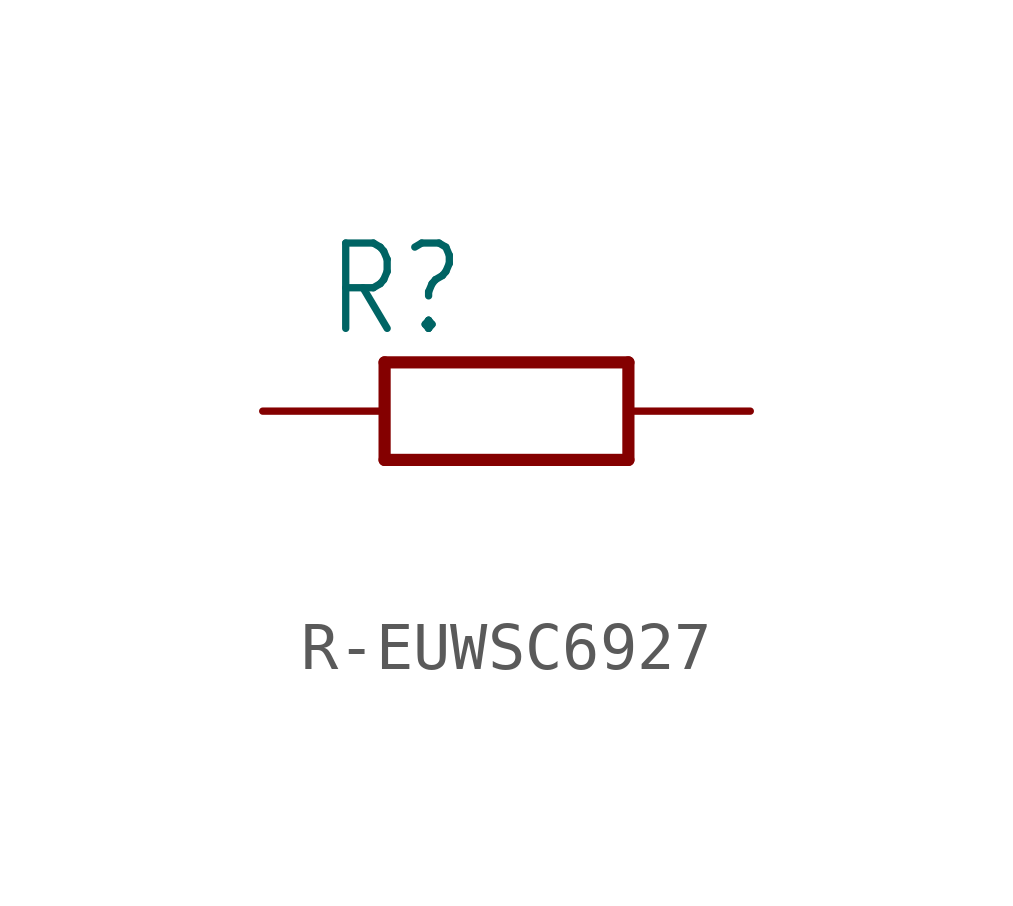
<source format=kicad_sym>
(kicad_symbol_lib
  (version 20220914)
  (generator kicad_symbol_editor)
  (symbol "R-EUWSC6927"
    (property "Reference" "R"
      (at -3.81 1.499 0)
      (effects (font (size 1.778 1.511)) (justify left bottom)))
    (property "Value" ""
      (at -3.81 -3.302 0)
      (effects (font (size 1.778 1.511)) (justify left bottom)))
    (property "ki_locked" ""
      (at 0 0 0)
      (effects (font (size 1.27 1.27))))
    (symbol "R-EUWSC6927_1_0"
      (polyline (pts (xy -2.54 -1.016) (xy -2.54 1.016)) (stroke (width 0.254) (type solid)) (fill (type none)))
      (polyline (pts (xy -2.54 1.016) (xy 2.54 1.016)) (stroke (width 0.254) (type solid)) (fill (type none)))
      (polyline (pts (xy 2.54 -1.016) (xy -2.54 -1.016)) (stroke (width 0.254) (type solid)) (fill (type none)))
      (polyline (pts (xy 2.54 1.016) (xy 2.54 -1.016)) (stroke (width 0.254) (type solid)) (fill (type none)))
      (pin passive line (at -5.08 0 0) (length 2.54) (name "1" (effects (font (size 0 0)))) (number "1" (effects (font (size 0 0)))))
      (pin passive line (at 5.08 0 180) (length 2.54) (name "2" (effects (font (size 0 0)))) (number "2" (effects (font (size 0 0))))))))
</source>
